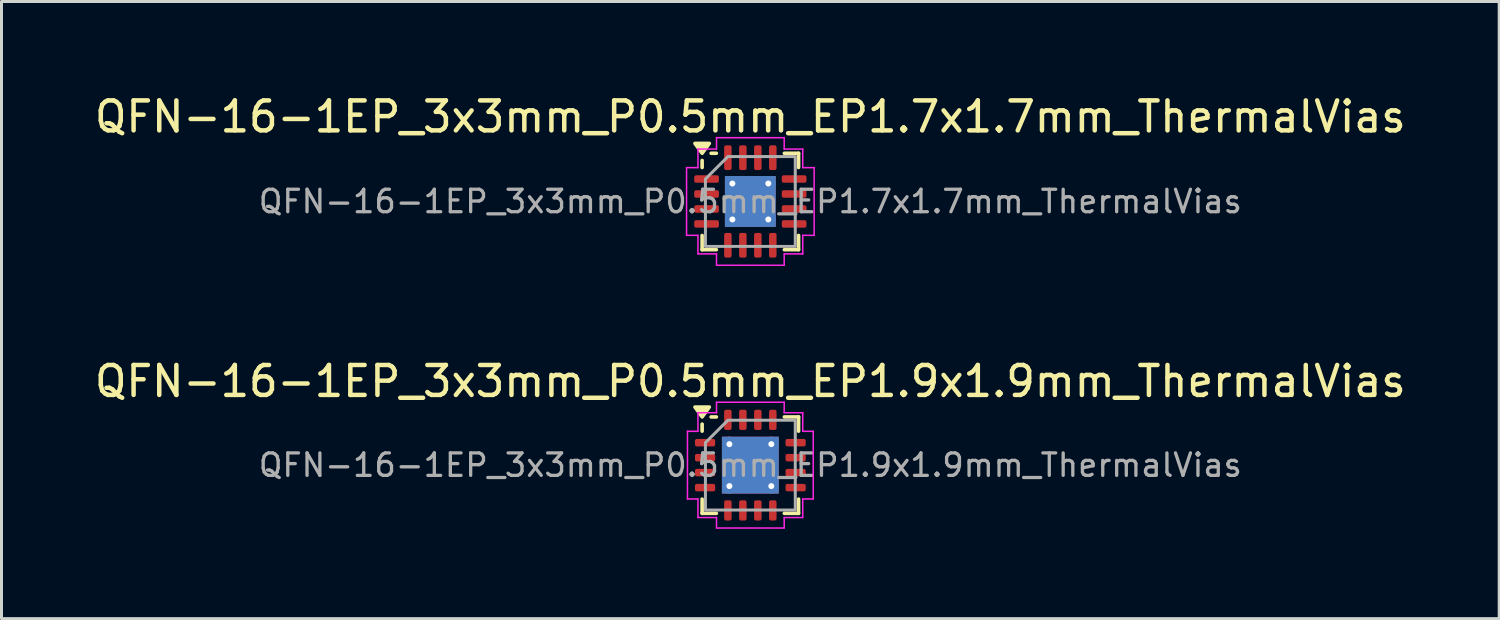
<source format=kicad_pcb>
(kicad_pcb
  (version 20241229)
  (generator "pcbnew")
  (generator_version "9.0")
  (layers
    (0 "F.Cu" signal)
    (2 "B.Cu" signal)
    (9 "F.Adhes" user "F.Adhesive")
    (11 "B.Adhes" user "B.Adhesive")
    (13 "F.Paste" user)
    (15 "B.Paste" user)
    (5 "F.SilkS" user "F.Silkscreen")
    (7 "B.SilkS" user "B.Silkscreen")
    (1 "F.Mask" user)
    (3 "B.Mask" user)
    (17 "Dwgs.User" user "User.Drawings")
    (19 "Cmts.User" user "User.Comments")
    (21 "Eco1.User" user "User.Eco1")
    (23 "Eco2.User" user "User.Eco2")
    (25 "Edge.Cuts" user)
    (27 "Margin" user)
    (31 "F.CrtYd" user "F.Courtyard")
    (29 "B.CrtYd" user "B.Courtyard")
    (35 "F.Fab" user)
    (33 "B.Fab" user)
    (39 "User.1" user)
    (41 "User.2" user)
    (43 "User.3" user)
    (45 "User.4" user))
  (footprint "QFN-16-1EP_3x3mm_P0.5mm_EP1.7x1.7mm_ThermalVias"
    (layer "F.Cu")
    (at 22.006 3.678)
    (property "Reference" "QFN-16-1EP_3x3mm_P0.5mm_EP1.7x1.7mm_ThermalVias" (at 0 -2.83 0) (layer "F.SilkS") (effects (font (size 1 1) (thickness 0.15))))
    (attr smd)
    (fp_line (start -1.61 -1.135) (end -1.61 -1.37) (stroke (width 0.12) (type solid)) (layer "F.SilkS"))
    (fp_line (start -1.61 1.61) (end -1.61 1.135) (stroke (width 0.12) (type solid)) (layer "F.SilkS"))
    (fp_line (start -1.135 -1.61) (end -1.31 -1.61) (stroke (width 0.12) (type solid)) (layer "F.SilkS"))
    (fp_line (start -1.135 1.61) (end -1.61 1.61) (stroke (width 0.12) (type solid)) (layer "F.SilkS"))
    (fp_line (start 1.135 -1.61) (end 1.61 -1.61) (stroke (width 0.12) (type solid)) (layer "F.SilkS"))
    (fp_line (start 1.135 1.61) (end 1.61 1.61) (stroke (width 0.12) (type solid)) (layer "F.SilkS"))
    (fp_line (start 1.61 -1.61) (end 1.61 -1.135) (stroke (width 0.12) (type solid)) (layer "F.SilkS"))
    (fp_line (start 1.61 1.61) (end 1.61 1.135) (stroke (width 0.12) (type solid)) (layer "F.SilkS"))
    (fp_poly (pts (xy -1.61 -1.61) (xy -1.85 -1.94) (xy -1.37 -1.94)) (stroke (width 0.12) (type solid)) (fill yes) (layer "F.SilkS"))
    (fp_line (start -2.13 -1.13) (end -1.75 -1.13) (stroke (width 0.05) (type solid)) (layer "F.CrtYd"))
    (fp_line (start -2.13 1.13) (end -2.13 -1.13) (stroke (width 0.05) (type solid)) (layer "F.CrtYd"))
    (fp_line (start -1.75 -1.75) (end -1.13 -1.75) (stroke (width 0.05) (type solid)) (layer "F.CrtYd"))
    (fp_line (start -1.75 -1.13) (end -1.75 -1.75) (stroke (width 0.05) (type solid)) (layer "F.CrtYd"))
    (fp_line (start -1.75 1.13) (end -2.13 1.13) (stroke (width 0.05) (type solid)) (layer "F.CrtYd"))
    (fp_line (start -1.75 1.75) (end -1.75 1.13) (stroke (width 0.05) (type solid)) (layer "F.CrtYd"))
    (fp_line (start -1.13 -2.13) (end 1.13 -2.13) (stroke (width 0.05) (type solid)) (layer "F.CrtYd"))
    (fp_line (start -1.13 -1.75) (end -1.13 -2.13) (stroke (width 0.05) (type solid)) (layer "F.CrtYd"))
    (fp_line (start -1.13 1.75) (end -1.75 1.75) (stroke (width 0.05) (type solid)) (layer "F.CrtYd"))
    (fp_line (start -1.13 2.13) (end -1.13 1.75) (stroke (width 0.05) (type solid)) (layer "F.CrtYd"))
    (fp_line (start 1.13 -2.13) (end 1.13 -1.75) (stroke (width 0.05) (type solid)) (layer "F.CrtYd"))
    (fp_line (start 1.13 -1.75) (end 1.75 -1.75) (stroke (width 0.05) (type solid)) (layer "F.CrtYd"))
    (fp_line (start 1.13 1.75) (end 1.13 2.13) (stroke (width 0.05) (type solid)) (layer "F.CrtYd"))
    (fp_line (start 1.13 2.13) (end -1.13 2.13) (stroke (width 0.05) (type solid)) (layer "F.CrtYd"))
    (fp_line (start 1.75 -1.75) (end 1.75 -1.13) (stroke (width 0.05) (type solid)) (layer "F.CrtYd"))
    (fp_line (start 1.75 -1.13) (end 2.13 -1.13) (stroke (width 0.05) (type solid)) (layer "F.CrtYd"))
    (fp_line (start 1.75 1.13) (end 1.75 1.75) (stroke (width 0.05) (type solid)) (layer "F.CrtYd"))
    (fp_line (start 1.75 1.75) (end 1.13 1.75) (stroke (width 0.05) (type solid)) (layer "F.CrtYd"))
    (fp_line (start 2.13 -1.13) (end 2.13 1.13) (stroke (width 0.05) (type solid)) (layer "F.CrtYd"))
    (fp_line (start 2.13 1.13) (end 1.75 1.13) (stroke (width 0.05) (type solid)) (layer "F.CrtYd"))
    (fp_poly (pts (xy -1.5 -0.75) (xy -1.5 1.5) (xy 1.5 1.5) (xy 1.5 -1.5) (xy -0.75 -1.5)) (stroke (width 0.1) (type solid)) (fill no) (layer "F.Fab"))
    (fp_text user "${REFERENCE}" (at 0 0 0) (layer "F.Fab") (effects (font (size 0.75 0.75) (thickness 0.11))))
    (pad "" smd roundrect (at -0.425 -0.425) (size 0.69 0.69) (layers "F.Paste") (roundrect_rratio 0.25))
    (pad "" smd roundrect (at -0.425 0.425) (size 0.69 0.69) (layers "F.Paste") (roundrect_rratio 0.25))
    (pad "" smd roundrect (at 0.425 -0.425) (size 0.69 0.69) (layers "F.Paste") (roundrect_rratio 0.25))
    (pad "" smd roundrect (at 0.425 0.425) (size 0.69 0.69) (layers "F.Paste") (roundrect_rratio 0.25))
    (pad "1" smd roundrect (at -1.462 -0.75) (size 0.825 0.25) (layers "F.Cu" "F.Mask" "F.Paste") (roundrect_rratio 0.25))
    (pad "2" smd roundrect (at -1.462 -0.25) (size 0.825 0.25) (layers "F.Cu" "F.Mask" "F.Paste") (roundrect_rratio 0.25))
    (pad "3" smd roundrect (at -1.462 0.25) (size 0.825 0.25) (layers "F.Cu" "F.Mask" "F.Paste") (roundrect_rratio 0.25))
    (pad "4" smd roundrect (at -1.462 0.75) (size 0.825 0.25) (layers "F.Cu" "F.Mask" "F.Paste") (roundrect_rratio 0.25))
    (pad "5" smd roundrect (at -0.75 1.462) (size 0.25 0.825) (layers "F.Cu" "F.Mask" "F.Paste") (roundrect_rratio 0.25))
    (pad "6" smd roundrect (at -0.25 1.462) (size 0.25 0.825) (layers "F.Cu" "F.Mask" "F.Paste") (roundrect_rratio 0.25))
    (pad "7" smd roundrect (at 0.25 1.462) (size 0.25 0.825) (layers "F.Cu" "F.Mask" "F.Paste") (roundrect_rratio 0.25))
    (pad "8" smd roundrect (at 0.75 1.462) (size 0.25 0.825) (layers "F.Cu" "F.Mask" "F.Paste") (roundrect_rratio 0.25))
    (pad "9" smd roundrect (at 1.462 0.75) (size 0.825 0.25) (layers "F.Cu" "F.Mask" "F.Paste") (roundrect_rratio 0.25))
    (pad "10" smd roundrect (at 1.462 0.25) (size 0.825 0.25) (layers "F.Cu" "F.Mask" "F.Paste") (roundrect_rratio 0.25))
    (pad "11" smd roundrect (at 1.462 -0.25) (size 0.825 0.25) (layers "F.Cu" "F.Mask" "F.Paste") (roundrect_rratio 0.25))
    (pad "12" smd roundrect (at 1.462 -0.75) (size 0.825 0.25) (layers "F.Cu" "F.Mask" "F.Paste") (roundrect_rratio 0.25))
    (pad "13" smd roundrect (at 0.75 -1.462) (size 0.25 0.825) (layers "F.Cu" "F.Mask" "F.Paste") (roundrect_rratio 0.25))
    (pad "14" smd roundrect (at 0.25 -1.462) (size 0.25 0.825) (layers "F.Cu" "F.Mask" "F.Paste") (roundrect_rratio 0.25))
    (pad "15" smd roundrect (at -0.25 -1.462) (size 0.25 0.825) (layers "F.Cu" "F.Mask" "F.Paste") (roundrect_rratio 0.25))
    (pad "16" smd roundrect (at -0.75 -1.462) (size 0.25 0.825) (layers "F.Cu" "F.Mask" "F.Paste") (roundrect_rratio 0.25))
    (pad "17" thru_hole circle (at -0.6 -0.6) (size 0.5 0.5) (drill 0.2) (property pad_prop_heatsink) (layers "*.Cu"))
    (pad "17" thru_hole circle (at -0.6 0.6) (size 0.5 0.5) (drill 0.2) (property pad_prop_heatsink) (layers "*.Cu"))
    (pad "17" smd rect (at 0 0) (size 1.7 1.7) (property pad_prop_heatsink) (layers "F.Cu" "F.Mask"))
    (pad "17" smd rect (at 0 0) (size 1.7 1.7) (property pad_prop_heatsink) (layers "B.Cu"))
    (pad "17" thru_hole circle (at 0.6 -0.6) (size 0.5 0.5) (drill 0.2) (property pad_prop_heatsink) (layers "*.Cu"))
    (pad "17" thru_hole circle (at 0.6 0.6) (size 0.5 0.5) (drill 0.2) (property pad_prop_heatsink) (layers "*.Cu")))
  (footprint "QFN-16-1EP_3x3mm_P0.5mm_EP1.9x1.9mm_ThermalVias"
    (layer "F.Cu")
    (at 22.006 12.482)
    (property "Reference" "QFN-16-1EP_3x3mm_P0.5mm_EP1.9x1.9mm_ThermalVias" (at 0 -2.8 0) (layer "F.SilkS") (effects (font (size 1 1) (thickness 0.15))))
    (attr smd)
    (fp_line (start -1.61 -1.135) (end -1.61 -1.37) (stroke (width 0.12) (type solid)) (layer "F.SilkS"))
    (fp_line (start -1.61 1.61) (end -1.61 1.135) (stroke (width 0.12) (type solid)) (layer "F.SilkS"))
    (fp_line (start -1.135 -1.61) (end -1.31 -1.61) (stroke (width 0.12) (type solid)) (layer "F.SilkS"))
    (fp_line (start -1.135 1.61) (end -1.61 1.61) (stroke (width 0.12) (type solid)) (layer "F.SilkS"))
    (fp_line (start 1.135 -1.61) (end 1.61 -1.61) (stroke (width 0.12) (type solid)) (layer "F.SilkS"))
    (fp_line (start 1.135 1.61) (end 1.61 1.61) (stroke (width 0.12) (type solid)) (layer "F.SilkS"))
    (fp_line (start 1.61 -1.61) (end 1.61 -1.135) (stroke (width 0.12) (type solid)) (layer "F.SilkS"))
    (fp_line (start 1.61 1.61) (end 1.61 1.135) (stroke (width 0.12) (type solid)) (layer "F.SilkS"))
    (fp_poly (pts (xy -1.61 -1.61) (xy -1.85 -1.94) (xy -1.37 -1.94)) (stroke (width 0.12) (type solid)) (fill yes) (layer "F.SilkS"))
    (fp_line (start -2.1 -1.13) (end -1.75 -1.13) (stroke (width 0.05) (type solid)) (layer "F.CrtYd"))
    (fp_line (start -2.1 1.13) (end -2.1 -1.13) (stroke (width 0.05) (type solid)) (layer "F.CrtYd"))
    (fp_line (start -1.75 -1.75) (end -1.13 -1.75) (stroke (width 0.05) (type solid)) (layer "F.CrtYd"))
    (fp_line (start -1.75 -1.13) (end -1.75 -1.75) (stroke (width 0.05) (type solid)) (layer "F.CrtYd"))
    (fp_line (start -1.75 1.13) (end -2.1 1.13) (stroke (width 0.05) (type solid)) (layer "F.CrtYd"))
    (fp_line (start -1.75 1.75) (end -1.75 1.13) (stroke (width 0.05) (type solid)) (layer "F.CrtYd"))
    (fp_line (start -1.13 -2.1) (end 1.13 -2.1) (stroke (width 0.05) (type solid)) (layer "F.CrtYd"))
    (fp_line (start -1.13 -1.75) (end -1.13 -2.1) (stroke (width 0.05) (type solid)) (layer "F.CrtYd"))
    (fp_line (start -1.13 1.75) (end -1.75 1.75) (stroke (width 0.05) (type solid)) (layer "F.CrtYd"))
    (fp_line (start -1.13 2.1) (end -1.13 1.75) (stroke (width 0.05) (type solid)) (layer "F.CrtYd"))
    (fp_line (start 1.13 -2.1) (end 1.13 -1.75) (stroke (width 0.05) (type solid)) (layer "F.CrtYd"))
    (fp_line (start 1.13 -1.75) (end 1.75 -1.75) (stroke (width 0.05) (type solid)) (layer "F.CrtYd"))
    (fp_line (start 1.13 1.75) (end 1.13 2.1) (stroke (width 0.05) (type solid)) (layer "F.CrtYd"))
    (fp_line (start 1.13 2.1) (end -1.13 2.1) (stroke (width 0.05) (type solid)) (layer "F.CrtYd"))
    (fp_line (start 1.75 -1.75) (end 1.75 -1.13) (stroke (width 0.05) (type solid)) (layer "F.CrtYd"))
    (fp_line (start 1.75 -1.13) (end 2.1 -1.13) (stroke (width 0.05) (type solid)) (layer "F.CrtYd"))
    (fp_line (start 1.75 1.13) (end 1.75 1.75) (stroke (width 0.05) (type solid)) (layer "F.CrtYd"))
    (fp_line (start 1.75 1.75) (end 1.13 1.75) (stroke (width 0.05) (type solid)) (layer "F.CrtYd"))
    (fp_line (start 2.1 -1.13) (end 2.1 1.13) (stroke (width 0.05) (type solid)) (layer "F.CrtYd"))
    (fp_line (start 2.1 1.13) (end 1.75 1.13) (stroke (width 0.05) (type solid)) (layer "F.CrtYd"))
    (fp_poly (pts (xy -1.5 -0.75) (xy -1.5 1.5) (xy 1.5 1.5) (xy 1.5 -1.5) (xy -0.75 -1.5)) (stroke (width 0.1) (type solid)) (fill no) (layer "F.Fab"))
    (fp_text user "${REFERENCE}" (at 0 0 0) (layer "F.Fab") (effects (font (size 0.75 0.75) (thickness 0.11))))
    (pad "" smd roundrect (at -0.475 -0.475) (size 0.82 0.82) (layers "F.Paste") (roundrect_rratio 0.25))
    (pad "" smd roundrect (at -0.475 0.475) (size 0.82 0.82) (layers "F.Paste") (roundrect_rratio 0.25))
    (pad "" smd roundrect (at 0.475 -0.475) (size 0.82 0.82) (layers "F.Paste") (roundrect_rratio 0.25))
    (pad "" smd roundrect (at 0.475 0.475) (size 0.82 0.82) (layers "F.Paste") (roundrect_rratio 0.25))
    (pad "1" smd roundrect (at -1.512 -0.75) (size 0.675 0.25) (layers "F.Cu" "F.Mask" "F.Paste") (roundrect_rratio 0.25))
    (pad "2" smd roundrect (at -1.512 -0.25) (size 0.675 0.25) (layers "F.Cu" "F.Mask" "F.Paste") (roundrect_rratio 0.25))
    (pad "3" smd roundrect (at -1.512 0.25) (size 0.675 0.25) (layers "F.Cu" "F.Mask" "F.Paste") (roundrect_rratio 0.25))
    (pad "4" smd roundrect (at -1.512 0.75) (size 0.675 0.25) (layers "F.Cu" "F.Mask" "F.Paste") (roundrect_rratio 0.25))
    (pad "5" smd roundrect (at -0.75 1.512) (size 0.25 0.675) (layers "F.Cu" "F.Mask" "F.Paste") (roundrect_rratio 0.25))
    (pad "6" smd roundrect (at -0.25 1.512) (size 0.25 0.675) (layers "F.Cu" "F.Mask" "F.Paste") (roundrect_rratio 0.25))
    (pad "7" smd roundrect (at 0.25 1.512) (size 0.25 0.675) (layers "F.Cu" "F.Mask" "F.Paste") (roundrect_rratio 0.25))
    (pad "8" smd roundrect (at 0.75 1.512) (size 0.25 0.675) (layers "F.Cu" "F.Mask" "F.Paste") (roundrect_rratio 0.25))
    (pad "9" smd roundrect (at 1.512 0.75) (size 0.675 0.25) (layers "F.Cu" "F.Mask" "F.Paste") (roundrect_rratio 0.25))
    (pad "10" smd roundrect (at 1.512 0.25) (size 0.675 0.25) (layers "F.Cu" "F.Mask" "F.Paste") (roundrect_rratio 0.25))
    (pad "11" smd roundrect (at 1.512 -0.25) (size 0.675 0.25) (layers "F.Cu" "F.Mask" "F.Paste") (roundrect_rratio 0.25))
    (pad "12" smd roundrect (at 1.512 -0.75) (size 0.675 0.25) (layers "F.Cu" "F.Mask" "F.Paste") (roundrect_rratio 0.25))
    (pad "13" smd roundrect (at 0.75 -1.512) (size 0.25 0.675) (layers "F.Cu" "F.Mask" "F.Paste") (roundrect_rratio 0.25))
    (pad "14" smd roundrect (at 0.25 -1.512) (size 0.25 0.675) (layers "F.Cu" "F.Mask" "F.Paste") (roundrect_rratio 0.25))
    (pad "15" smd roundrect (at -0.25 -1.512) (size 0.25 0.675) (layers "F.Cu" "F.Mask" "F.Paste") (roundrect_rratio 0.25))
    (pad "16" smd roundrect (at -0.75 -1.512) (size 0.25 0.675) (layers "F.Cu" "F.Mask" "F.Paste") (roundrect_rratio 0.25))
    (pad "17" thru_hole circle (at -0.7 -0.7) (size 0.5 0.5) (drill 0.2) (property pad_prop_heatsink) (layers "*.Cu"))
    (pad "17" thru_hole circle (at -0.7 0.7) (size 0.5 0.5) (drill 0.2) (property pad_prop_heatsink) (layers "*.Cu"))
    (pad "17" smd rect (at 0 0) (size 1.9 1.9) (property pad_prop_heatsink) (layers "F.Cu" "F.Mask"))
    (pad "17" smd rect (at 0 0) (size 1.9 1.9) (property pad_prop_heatsink) (layers "B.Cu"))
    (pad "17" thru_hole circle (at 0.7 -0.7) (size 0.5 0.5) (drill 0.2) (property pad_prop_heatsink) (layers "*.Cu"))
    (pad "17" thru_hole circle (at 0.7 0.7) (size 0.5 0.5) (drill 0.2) (property pad_prop_heatsink) (layers "*.Cu")))
  (gr_rect
    (start -3 -3)
    (end 47.012 17.607)
    (stroke (width 0.1) (type default))
    (fill no)
    (layer "Edge.Cuts")))
</source>
